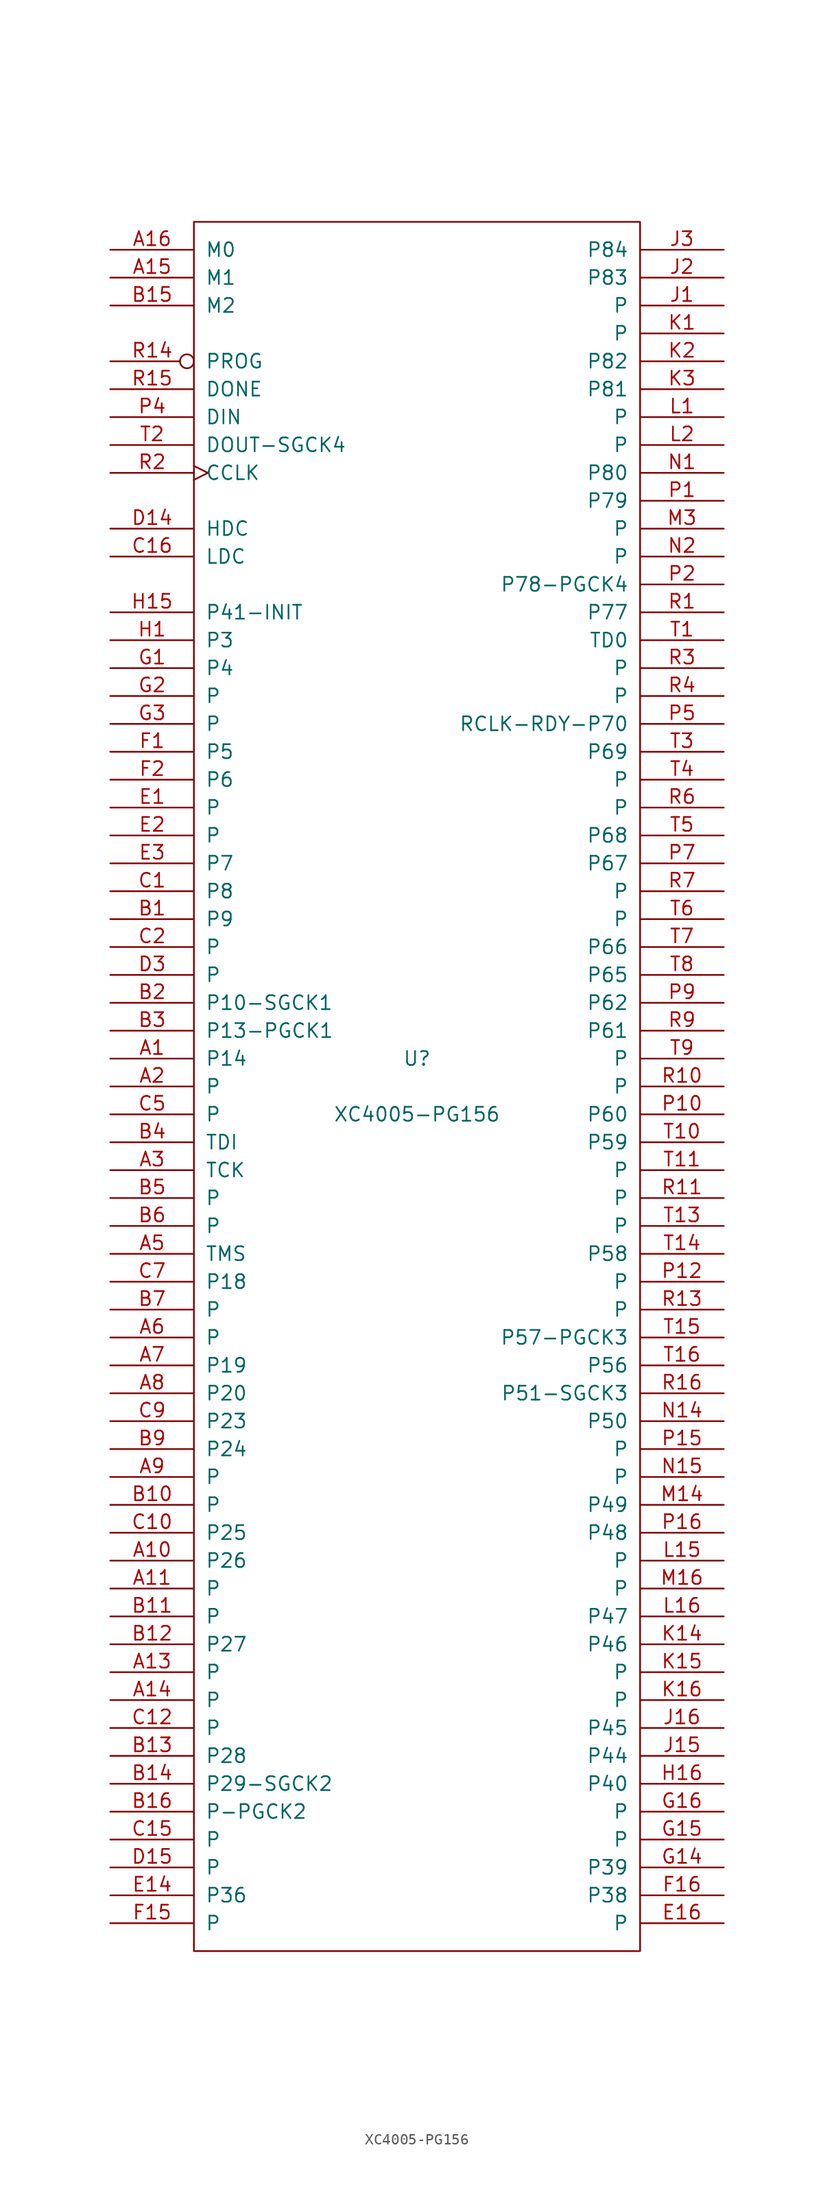
<source format=kicad_sym>
(kicad_symbol_lib
  (version 20201005)
  (generator kicad_symbol_editor)
  (symbol "XC4005-PG156"
    (pin_names
      (offset 1.016))
    (property "Reference" "U"
      (at 0 2.54 0)
      (effects (font (size 1.27 1.27))))
    (property "Value" "XC4005-PG156"
      (at 0 -2.54 0)
      (effects (font (size 1.27 1.27))))
    (symbol "XC4005-PG156_0_1"
      (rectangle (start -20.32 -78.74) (end 20.32 78.74) (stroke (width 0)) (fill (type none))))
    (symbol "XC4005-PG156_1_1"
      (pin passive line (at -27.94 2.54 0) (length 7.62) (name "P14" (effects (font (size 1.27 1.27)))) (number "A1" (effects (font (size 1.27 1.27)))))
      (pin passive line (at -27.94 -43.18 0) (length 7.62) (name "P26" (effects (font (size 1.27 1.27)))) (number "A10" (effects (font (size 1.27 1.27)))))
      (pin passive line (at -27.94 -45.72 0) (length 7.62) (name "P" (effects (font (size 1.27 1.27)))) (number "A11" (effects (font (size 1.27 1.27)))))
      (pin passive line (at -27.94 -53.34 0) (length 7.62) (name "P" (effects (font (size 1.27 1.27)))) (number "A13" (effects (font (size 1.27 1.27)))))
      (pin passive line (at -27.94 -55.88 0) (length 7.62) (name "P" (effects (font (size 1.27 1.27)))) (number "A14" (effects (font (size 1.27 1.27)))))
      (pin input line (at -27.94 73.66 0) (length 7.62) (name "M1" (effects (font (size 1.27 1.27)))) (number "A15" (effects (font (size 1.27 1.27)))))
      (pin input line (at -27.94 76.2 0) (length 7.62) (name "M0" (effects (font (size 1.27 1.27)))) (number "A16" (effects (font (size 1.27 1.27)))))
      (pin passive line (at -27.94 0 0) (length 7.62) (name "P" (effects (font (size 1.27 1.27)))) (number "A2" (effects (font (size 1.27 1.27)))))
      (pin passive line (at -27.94 -7.62 0) (length 7.62) (name "TCK" (effects (font (size 1.27 1.27)))) (number "A3" (effects (font (size 1.27 1.27)))))
      (pin passive line (at -27.94 -15.24 0) (length 7.62) (name "TMS" (effects (font (size 1.27 1.27)))) (number "A5" (effects (font (size 1.27 1.27)))))
      (pin passive line (at -27.94 -22.86 0) (length 7.62) (name "P" (effects (font (size 1.27 1.27)))) (number "A6" (effects (font (size 1.27 1.27)))))
      (pin passive line (at -27.94 -25.4 0) (length 7.62) (name "P19" (effects (font (size 1.27 1.27)))) (number "A7" (effects (font (size 1.27 1.27)))))
      (pin passive line (at -27.94 -27.94 0) (length 7.62) (name "P20" (effects (font (size 1.27 1.27)))) (number "A8" (effects (font (size 1.27 1.27)))))
      (pin passive line (at -27.94 -35.56 0) (length 7.62) (name "P" (effects (font (size 1.27 1.27)))) (number "A9" (effects (font (size 1.27 1.27)))))
      (pin passive line (at -27.94 15.24 0) (length 7.62) (name "P9" (effects (font (size 1.27 1.27)))) (number "B1" (effects (font (size 1.27 1.27)))))
      (pin passive line (at -27.94 -38.1 0) (length 7.62) (name "P" (effects (font (size 1.27 1.27)))) (number "B10" (effects (font (size 1.27 1.27)))))
      (pin passive line (at -27.94 -48.26 0) (length 7.62) (name "P" (effects (font (size 1.27 1.27)))) (number "B11" (effects (font (size 1.27 1.27)))))
      (pin passive line (at -27.94 -50.8 0) (length 7.62) (name "P27" (effects (font (size 1.27 1.27)))) (number "B12" (effects (font (size 1.27 1.27)))))
      (pin passive line (at -27.94 -60.96 0) (length 7.62) (name "P28" (effects (font (size 1.27 1.27)))) (number "B13" (effects (font (size 1.27 1.27)))))
      (pin passive line (at -27.94 -63.5 0) (length 7.62) (name "P29-SGCK2" (effects (font (size 1.27 1.27)))) (number "B14" (effects (font (size 1.27 1.27)))))
      (pin input line (at -27.94 71.12 0) (length 7.62) (name "M2" (effects (font (size 1.27 1.27)))) (number "B15" (effects (font (size 1.27 1.27)))))
      (pin passive line (at -27.94 -66.04 0) (length 7.62) (name "P-PGCK2" (effects (font (size 1.27 1.27)))) (number "B16" (effects (font (size 1.27 1.27)))))
      (pin passive line (at -27.94 7.62 0) (length 7.62) (name "P10-SGCK1" (effects (font (size 1.27 1.27)))) (number "B2" (effects (font (size 1.27 1.27)))))
      (pin passive line (at -27.94 5.08 0) (length 7.62) (name "P13-PGCK1" (effects (font (size 1.27 1.27)))) (number "B3" (effects (font (size 1.27 1.27)))))
      (pin passive line (at -27.94 -5.08 0) (length 7.62) (name "TDI" (effects (font (size 1.27 1.27)))) (number "B4" (effects (font (size 1.27 1.27)))))
      (pin passive line (at -27.94 -10.16 0) (length 7.62) (name "P" (effects (font (size 1.27 1.27)))) (number "B5" (effects (font (size 1.27 1.27)))))
      (pin passive line (at -27.94 -12.7 0) (length 7.62) (name "P" (effects (font (size 1.27 1.27)))) (number "B6" (effects (font (size 1.27 1.27)))))
      (pin passive line (at -27.94 -20.32 0) (length 7.62) (name "P" (effects (font (size 1.27 1.27)))) (number "B7" (effects (font (size 1.27 1.27)))))
      (pin power_in line (at -5.08 78.74 270) (length 0) hide (name "VCC" (effects (font (size 1.27 1.27)))) (number "B8" (effects (font (size 1.27 1.27)))))
      (pin passive line (at -27.94 -33.02 0) (length 7.62) (name "P24" (effects (font (size 1.27 1.27)))) (number "B9" (effects (font (size 1.27 1.27)))))
      (pin passive line (at -27.94 17.78 0) (length 7.62) (name "P8" (effects (font (size 1.27 1.27)))) (number "C1" (effects (font (size 1.27 1.27)))))
      (pin passive line (at -27.94 -40.64 0) (length 7.62) (name "P25" (effects (font (size 1.27 1.27)))) (number "C10" (effects (font (size 1.27 1.27)))))
      (pin power_in line (at -10.16 -78.74 90) (length 0) hide (name "GND" (effects (font (size 1.27 1.27)))) (number "C11" (effects (font (size 1.27 1.27)))))
      (pin passive line (at -27.94 -58.42 0) (length 7.62) (name "P" (effects (font (size 1.27 1.27)))) (number "C12" (effects (font (size 1.27 1.27)))))
      (pin power_in line (at -7.62 -78.74 90) (length 0) hide (name "GND" (effects (font (size 1.27 1.27)))) (number "C13" (effects (font (size 1.27 1.27)))))
      (pin power_in line (at -2.54 78.74 270) (length 0) hide (name "VCC" (effects (font (size 1.27 1.27)))) (number "C14" (effects (font (size 1.27 1.27)))))
      (pin passive line (at -27.94 -68.58 0) (length 7.62) (name "P" (effects (font (size 1.27 1.27)))) (number "C15" (effects (font (size 1.27 1.27)))))
      (pin passive line (at -27.94 48.26 0) (length 7.62) (name "LDC" (effects (font (size 1.27 1.27)))) (number "C16" (effects (font (size 1.27 1.27)))))
      (pin passive line (at -27.94 12.7 0) (length 7.62) (name "P" (effects (font (size 1.27 1.27)))) (number "C2" (effects (font (size 1.27 1.27)))))
      (pin power_in line (at -7.62 78.74 270) (length 0) hide (name "VCC" (effects (font (size 1.27 1.27)))) (number "C3" (effects (font (size 1.27 1.27)))))
      (pin power_in line (at -17.78 -78.74 90) (length 0) hide (name "GND" (effects (font (size 1.27 1.27)))) (number "C4" (effects (font (size 1.27 1.27)))))
      (pin passive line (at -27.94 -2.54 0) (length 7.62) (name "P" (effects (font (size 1.27 1.27)))) (number "C5" (effects (font (size 1.27 1.27)))))
      (pin power_in line (at -15.24 -78.74 90) (length 0) hide (name "GND" (effects (font (size 1.27 1.27)))) (number "C6" (effects (font (size 1.27 1.27)))))
      (pin passive line (at -27.94 -17.78 0) (length 7.62) (name "P18" (effects (font (size 1.27 1.27)))) (number "C7" (effects (font (size 1.27 1.27)))))
      (pin power_in line (at -12.7 -78.74 90) (length 0) hide (name "GND" (effects (font (size 1.27 1.27)))) (number "C8" (effects (font (size 1.27 1.27)))))
      (pin passive line (at -27.94 -30.48 0) (length 7.62) (name "P23" (effects (font (size 1.27 1.27)))) (number "C9" (effects (font (size 1.27 1.27)))))
      (pin passive line (at -27.94 50.8 0) (length 7.62) (name "HDC" (effects (font (size 1.27 1.27)))) (number "D14" (effects (font (size 1.27 1.27)))))
      (pin passive line (at -27.94 -71.12 0) (length 7.62) (name "P" (effects (font (size 1.27 1.27)))) (number "D15" (effects (font (size 1.27 1.27)))))
      (pin passive line (at -27.94 10.16 0) (length 7.62) (name "P" (effects (font (size 1.27 1.27)))) (number "D3" (effects (font (size 1.27 1.27)))))
      (pin passive line (at -27.94 25.4 0) (length 7.62) (name "P" (effects (font (size 1.27 1.27)))) (number "E1" (effects (font (size 1.27 1.27)))))
      (pin bidirectional line (at -27.94 -73.66 0) (length 7.62) (name "P36" (effects (font (size 1.27 1.27)))) (number "E14" (effects (font (size 1.27 1.27)))))
      (pin passive line (at 27.94 -76.2 180) (length 7.62) (name "P" (effects (font (size 1.27 1.27)))) (number "E16" (effects (font (size 1.27 1.27)))))
      (pin passive line (at -27.94 22.86 0) (length 7.62) (name "P" (effects (font (size 1.27 1.27)))) (number "E2" (effects (font (size 1.27 1.27)))))
      (pin passive line (at -27.94 20.32 0) (length 7.62) (name "P7" (effects (font (size 1.27 1.27)))) (number "E3" (effects (font (size 1.27 1.27)))))
      (pin passive line (at -27.94 30.48 0) (length 7.62) (name "P5" (effects (font (size 1.27 1.27)))) (number "F1" (effects (font (size 1.27 1.27)))))
      (pin power_in line (at -5.08 -78.74 90) (length 0) hide (name "GND" (effects (font (size 1.27 1.27)))) (number "F14" (effects (font (size 1.27 1.27)))))
      (pin passive line (at -27.94 -76.2 0) (length 7.62) (name "P" (effects (font (size 1.27 1.27)))) (number "F15" (effects (font (size 1.27 1.27)))))
      (pin passive line (at 27.94 -73.66 180) (length 7.62) (name "P38" (effects (font (size 1.27 1.27)))) (number "F16" (effects (font (size 1.27 1.27)))))
      (pin passive line (at -27.94 27.94 0) (length 7.62) (name "P6" (effects (font (size 1.27 1.27)))) (number "F2" (effects (font (size 1.27 1.27)))))
      (pin power_in line (at -20.32 -78.74 90) (length 0) hide (name "GND" (effects (font (size 1.27 1.27)))) (number "F3" (effects (font (size 1.27 1.27)))))
      (pin passive line (at -27.94 38.1 0) (length 7.62) (name "P4" (effects (font (size 1.27 1.27)))) (number "G1" (effects (font (size 1.27 1.27)))))
      (pin passive line (at 27.94 -71.12 180) (length 7.62) (name "P39" (effects (font (size 1.27 1.27)))) (number "G14" (effects (font (size 1.27 1.27)))))
      (pin passive line (at 27.94 -68.58 180) (length 7.62) (name "P" (effects (font (size 1.27 1.27)))) (number "G15" (effects (font (size 1.27 1.27)))))
      (pin passive line (at 27.94 -66.04 180) (length 7.62) (name "P" (effects (font (size 1.27 1.27)))) (number "G16" (effects (font (size 1.27 1.27)))))
      (pin passive line (at -27.94 35.56 0) (length 7.62) (name "P" (effects (font (size 1.27 1.27)))) (number "G2" (effects (font (size 1.27 1.27)))))
      (pin passive line (at -27.94 33.02 0) (length 7.62) (name "P" (effects (font (size 1.27 1.27)))) (number "G3" (effects (font (size 1.27 1.27)))))
      (pin passive line (at -27.94 40.64 0) (length 7.62) (name "P3" (effects (font (size 1.27 1.27)))) (number "H1" (effects (font (size 1.27 1.27)))))
      (pin power_in line (at 0 78.74 270) (length 0) hide (name "VCC" (effects (font (size 1.27 1.27)))) (number "H14" (effects (font (size 1.27 1.27)))))
      (pin bidirectional line (at -27.94 43.18 0) (length 7.62) (name "P41-INIT" (effects (font (size 1.27 1.27)))) (number "H15" (effects (font (size 1.27 1.27)))))
      (pin passive line (at 27.94 -63.5 180) (length 7.62) (name "P40" (effects (font (size 1.27 1.27)))) (number "H16" (effects (font (size 1.27 1.27)))))
      (pin power_in line (at 17.78 -78.74 90) (length 0) hide (name "GND" (effects (font (size 1.27 1.27)))) (number "H2" (effects (font (size 1.27 1.27)))))
      (pin power_in line (at -10.16 78.74 270) (length 0) hide (name "VCC" (effects (font (size 1.27 1.27)))) (number "H3" (effects (font (size 1.27 1.27)))))
      (pin passive line (at 27.94 71.12 180) (length 7.62) (name "P" (effects (font (size 1.27 1.27)))) (number "J1" (effects (font (size 1.27 1.27)))))
      (pin power_in line (at -2.54 -78.74 90) (length 0) hide (name "GND" (effects (font (size 1.27 1.27)))) (number "J14" (effects (font (size 1.27 1.27)))))
      (pin passive line (at 27.94 -60.96 180) (length 7.62) (name "P44" (effects (font (size 1.27 1.27)))) (number "J15" (effects (font (size 1.27 1.27)))))
      (pin passive line (at 27.94 -58.42 180) (length 7.62) (name "P45" (effects (font (size 1.27 1.27)))) (number "J16" (effects (font (size 1.27 1.27)))))
      (pin passive line (at 27.94 73.66 180) (length 7.62) (name "P83" (effects (font (size 1.27 1.27)))) (number "J2" (effects (font (size 1.27 1.27)))))
      (pin passive line (at 27.94 76.2 180) (length 7.62) (name "P84" (effects (font (size 1.27 1.27)))) (number "J3" (effects (font (size 1.27 1.27)))))
      (pin passive line (at 27.94 68.58 180) (length 7.62) (name "P" (effects (font (size 1.27 1.27)))) (number "K1" (effects (font (size 1.27 1.27)))))
      (pin passive line (at 27.94 -50.8 180) (length 7.62) (name "P46" (effects (font (size 1.27 1.27)))) (number "K14" (effects (font (size 1.27 1.27)))))
      (pin passive line (at 27.94 -53.34 180) (length 7.62) (name "P" (effects (font (size 1.27 1.27)))) (number "K15" (effects (font (size 1.27 1.27)))))
      (pin passive line (at 27.94 -55.88 180) (length 7.62) (name "P" (effects (font (size 1.27 1.27)))) (number "K16" (effects (font (size 1.27 1.27)))))
      (pin passive line (at 27.94 66.04 180) (length 7.62) (name "P82" (effects (font (size 1.27 1.27)))) (number "K2" (effects (font (size 1.27 1.27)))))
      (pin passive line (at 27.94 63.5 180) (length 7.62) (name "P81" (effects (font (size 1.27 1.27)))) (number "K3" (effects (font (size 1.27 1.27)))))
      (pin passive line (at 27.94 60.96 180) (length 7.62) (name "P" (effects (font (size 1.27 1.27)))) (number "L1" (effects (font (size 1.27 1.27)))))
      (pin power_in line (at 0 -78.74 90) (length 0) hide (name "GND" (effects (font (size 1.27 1.27)))) (number "L14" (effects (font (size 1.27 1.27)))))
      (pin passive line (at 27.94 -43.18 180) (length 7.62) (name "P" (effects (font (size 1.27 1.27)))) (number "L15" (effects (font (size 1.27 1.27)))))
      (pin passive line (at 27.94 -48.26 180) (length 7.62) (name "P47" (effects (font (size 1.27 1.27)))) (number "L16" (effects (font (size 1.27 1.27)))))
      (pin passive line (at 27.94 58.42 180) (length 7.62) (name "P" (effects (font (size 1.27 1.27)))) (number "L2" (effects (font (size 1.27 1.27)))))
      (pin power_in line (at 15.24 -78.74 90) (length 0) hide (name "GND" (effects (font (size 1.27 1.27)))) (number "L3" (effects (font (size 1.27 1.27)))))
      (pin passive line (at 27.94 -38.1 180) (length 7.62) (name "P49" (effects (font (size 1.27 1.27)))) (number "M14" (effects (font (size 1.27 1.27)))))
      (pin passive line (at 27.94 -45.72 180) (length 7.62) (name "P" (effects (font (size 1.27 1.27)))) (number "M16" (effects (font (size 1.27 1.27)))))
      (pin passive line (at 27.94 50.8 180) (length 7.62) (name "P" (effects (font (size 1.27 1.27)))) (number "M3" (effects (font (size 1.27 1.27)))))
      (pin passive line (at 27.94 55.88 180) (length 7.62) (name "P80" (effects (font (size 1.27 1.27)))) (number "N1" (effects (font (size 1.27 1.27)))))
      (pin passive line (at 27.94 -30.48 180) (length 7.62) (name "P50" (effects (font (size 1.27 1.27)))) (number "N14" (effects (font (size 1.27 1.27)))))
      (pin passive line (at 27.94 -35.56 180) (length 7.62) (name "P" (effects (font (size 1.27 1.27)))) (number "N15" (effects (font (size 1.27 1.27)))))
      (pin passive line (at 27.94 48.26 180) (length 7.62) (name "P" (effects (font (size 1.27 1.27)))) (number "N2" (effects (font (size 1.27 1.27)))))
      (pin power_in line (at 12.7 -78.74 90) (length 0) hide (name "GND" (effects (font (size 1.27 1.27)))) (number "N3" (effects (font (size 1.27 1.27)))))
      (pin passive line (at 27.94 53.34 180) (length 7.62) (name "P79" (effects (font (size 1.27 1.27)))) (number "P1" (effects (font (size 1.27 1.27)))))
      (pin passive line (at 27.94 -2.54 180) (length 7.62) (name "P60" (effects (font (size 1.27 1.27)))) (number "P10" (effects (font (size 1.27 1.27)))))
      (pin power_in line (at 5.08 -78.74 90) (length 0) hide (name "GND" (effects (font (size 1.27 1.27)))) (number "P11" (effects (font (size 1.27 1.27)))))
      (pin passive line (at 27.94 -17.78 180) (length 7.62) (name "P" (effects (font (size 1.27 1.27)))) (number "P12" (effects (font (size 1.27 1.27)))))
      (pin power_in line (at 2.54 78.74 270) (length 0) hide (name "VCC" (effects (font (size 1.27 1.27)))) (number "P13" (effects (font (size 1.27 1.27)))))
      (pin power_in line (at 2.54 -78.74 90) (length 0) hide (name "GND" (effects (font (size 1.27 1.27)))) (number "P14" (effects (font (size 1.27 1.27)))))
      (pin passive line (at 27.94 -33.02 180) (length 7.62) (name "P" (effects (font (size 1.27 1.27)))) (number "P15" (effects (font (size 1.27 1.27)))))
      (pin passive line (at 27.94 -40.64 180) (length 7.62) (name "P48" (effects (font (size 1.27 1.27)))) (number "P16" (effects (font (size 1.27 1.27)))))
      (pin passive line (at 27.94 45.72 180) (length 7.62) (name "P78-PGCK4" (effects (font (size 1.27 1.27)))) (number "P2" (effects (font (size 1.27 1.27)))))
      (pin power_in line (at 7.62 78.74 270) (length 0) hide (name "VCC" (effects (font (size 1.27 1.27)))) (number "P3" (effects (font (size 1.27 1.27)))))
      (pin input line (at -27.94 60.96 0) (length 7.62) (name "DIN" (effects (font (size 1.27 1.27)))) (number "P4" (effects (font (size 1.27 1.27)))))
      (pin passive line (at 27.94 33.02 180) (length 7.62) (name "RCLK-RDY-P70" (effects (font (size 1.27 1.27)))) (number "P5" (effects (font (size 1.27 1.27)))))
      (pin power_in line (at 10.16 -78.74 90) (length 0) hide (name "GND" (effects (font (size 1.27 1.27)))) (number "P6" (effects (font (size 1.27 1.27)))))
      (pin passive line (at 27.94 20.32 180) (length 7.62) (name "P67" (effects (font (size 1.27 1.27)))) (number "P7" (effects (font (size 1.27 1.27)))))
      (pin power_in line (at 7.62 -78.74 90) (length 0) hide (name "GND" (effects (font (size 1.27 1.27)))) (number "P8" (effects (font (size 1.27 1.27)))))
      (pin passive line (at 27.94 7.62 180) (length 7.62) (name "P62" (effects (font (size 1.27 1.27)))) (number "P9" (effects (font (size 1.27 1.27)))))
      (pin passive line (at 27.94 43.18 180) (length 7.62) (name "P77" (effects (font (size 1.27 1.27)))) (number "R1" (effects (font (size 1.27 1.27)))))
      (pin passive line (at 27.94 0 180) (length 7.62) (name "P" (effects (font (size 1.27 1.27)))) (number "R10" (effects (font (size 1.27 1.27)))))
      (pin passive line (at 27.94 -10.16 180) (length 7.62) (name "P" (effects (font (size 1.27 1.27)))) (number "R11" (effects (font (size 1.27 1.27)))))
      (pin passive line (at 27.94 -20.32 180) (length 7.62) (name "P" (effects (font (size 1.27 1.27)))) (number "R13" (effects (font (size 1.27 1.27)))))
      (pin input inverted (at -27.94 66.04 0) (length 7.62) (name "PROG" (effects (font (size 1.27 1.27)))) (number "R14" (effects (font (size 1.27 1.27)))))
      (pin bidirectional line (at -27.94 63.5 0) (length 7.62) (name "DONE" (effects (font (size 1.27 1.27)))) (number "R15" (effects (font (size 1.27 1.27)))))
      (pin passive line (at 27.94 -27.94 180) (length 7.62) (name "P51-SGCK3" (effects (font (size 1.27 1.27)))) (number "R16" (effects (font (size 1.27 1.27)))))
      (pin passive clock (at -27.94 55.88 0) (length 7.62) (name "CCLK" (effects (font (size 1.27 1.27)))) (number "R2" (effects (font (size 1.27 1.27)))))
      (pin passive line (at 27.94 38.1 180) (length 7.62) (name "P" (effects (font (size 1.27 1.27)))) (number "R3" (effects (font (size 1.27 1.27)))))
      (pin passive line (at 27.94 35.56 180) (length 7.62) (name "P" (effects (font (size 1.27 1.27)))) (number "R4" (effects (font (size 1.27 1.27)))))
      (pin passive line (at 27.94 25.4 180) (length 7.62) (name "P" (effects (font (size 1.27 1.27)))) (number "R6" (effects (font (size 1.27 1.27)))))
      (pin passive line (at 27.94 17.78 180) (length 7.62) (name "P" (effects (font (size 1.27 1.27)))) (number "R7" (effects (font (size 1.27 1.27)))))
      (pin power_in line (at 5.08 78.74 270) (length 0) hide (name "VCC" (effects (font (size 1.27 1.27)))) (number "R8" (effects (font (size 1.27 1.27)))))
      (pin passive line (at 27.94 5.08 180) (length 7.62) (name "P61" (effects (font (size 1.27 1.27)))) (number "R9" (effects (font (size 1.27 1.27)))))
      (pin output line (at 27.94 40.64 180) (length 7.62) (name "TD0" (effects (font (size 1.27 1.27)))) (number "T1" (effects (font (size 1.27 1.27)))))
      (pin passive line (at 27.94 -5.08 180) (length 7.62) (name "P59" (effects (font (size 1.27 1.27)))) (number "T10" (effects (font (size 1.27 1.27)))))
      (pin passive line (at 27.94 -7.62 180) (length 7.62) (name "P" (effects (font (size 1.27 1.27)))) (number "T11" (effects (font (size 1.27 1.27)))))
      (pin passive line (at 27.94 -12.7 180) (length 7.62) (name "P" (effects (font (size 1.27 1.27)))) (number "T13" (effects (font (size 1.27 1.27)))))
      (pin passive line (at 27.94 -15.24 180) (length 7.62) (name "P58" (effects (font (size 1.27 1.27)))) (number "T14" (effects (font (size 1.27 1.27)))))
      (pin passive line (at 27.94 -22.86 180) (length 7.62) (name "P57-PGCK3" (effects (font (size 1.27 1.27)))) (number "T15" (effects (font (size 1.27 1.27)))))
      (pin passive line (at 27.94 -25.4 180) (length 7.62) (name "P56" (effects (font (size 1.27 1.27)))) (number "T16" (effects (font (size 1.27 1.27)))))
      (pin passive line (at -27.94 58.42 0) (length 7.62) (name "DOUT-SGCK4" (effects (font (size 1.27 1.27)))) (number "T2" (effects (font (size 1.27 1.27)))))
      (pin passive line (at 27.94 30.48 180) (length 7.62) (name "P69" (effects (font (size 1.27 1.27)))) (number "T3" (effects (font (size 1.27 1.27)))))
      (pin passive line (at 27.94 27.94 180) (length 7.62) (name "P" (effects (font (size 1.27 1.27)))) (number "T4" (effects (font (size 1.27 1.27)))))
      (pin passive line (at 27.94 22.86 180) (length 7.62) (name "P68" (effects (font (size 1.27 1.27)))) (number "T5" (effects (font (size 1.27 1.27)))))
      (pin passive line (at 27.94 15.24 180) (length 7.62) (name "P" (effects (font (size 1.27 1.27)))) (number "T6" (effects (font (size 1.27 1.27)))))
      (pin passive line (at 27.94 12.7 180) (length 7.62) (name "P66" (effects (font (size 1.27 1.27)))) (number "T7" (effects (font (size 1.27 1.27)))))
      (pin passive line (at 27.94 10.16 180) (length 7.62) (name "P65" (effects (font (size 1.27 1.27)))) (number "T8" (effects (font (size 1.27 1.27)))))
      (pin passive line (at 27.94 2.54 180) (length 7.62) (name "P" (effects (font (size 1.27 1.27)))) (number "T9" (effects (font (size 1.27 1.27))))))))
</source>
